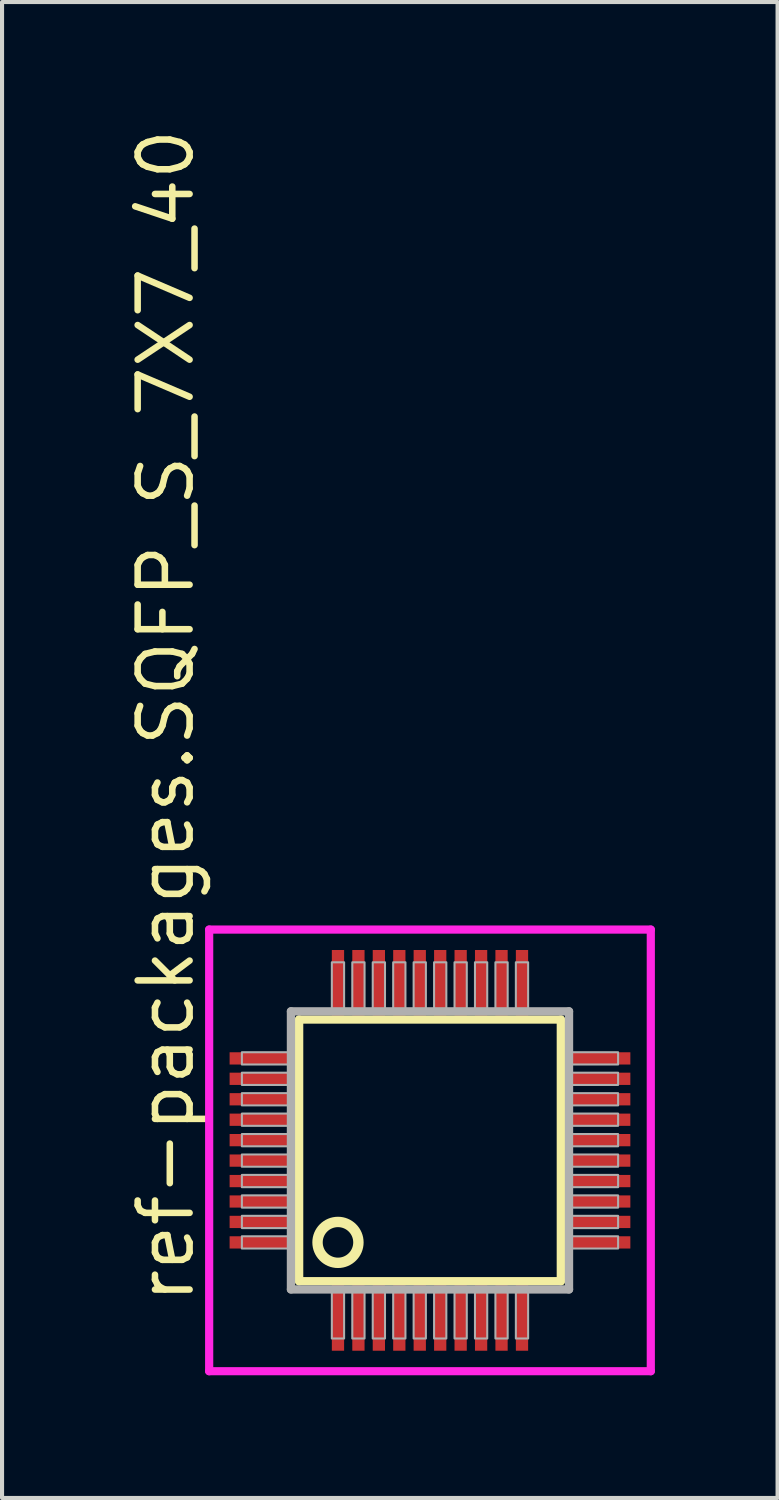
<source format=kicad_pcb>
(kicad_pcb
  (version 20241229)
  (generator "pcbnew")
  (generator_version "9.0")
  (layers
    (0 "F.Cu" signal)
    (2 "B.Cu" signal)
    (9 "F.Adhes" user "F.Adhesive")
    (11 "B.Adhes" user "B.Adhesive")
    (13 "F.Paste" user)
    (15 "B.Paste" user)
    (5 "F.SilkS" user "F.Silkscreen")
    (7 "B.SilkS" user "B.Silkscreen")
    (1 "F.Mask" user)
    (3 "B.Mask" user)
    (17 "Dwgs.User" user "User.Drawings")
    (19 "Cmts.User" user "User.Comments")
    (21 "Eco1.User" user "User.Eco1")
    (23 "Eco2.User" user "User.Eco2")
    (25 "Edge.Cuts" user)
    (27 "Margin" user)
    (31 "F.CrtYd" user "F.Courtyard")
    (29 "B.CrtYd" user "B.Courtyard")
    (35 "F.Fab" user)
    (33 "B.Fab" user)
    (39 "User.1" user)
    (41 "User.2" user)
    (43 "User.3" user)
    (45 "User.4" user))
  (footprint "ref-packages.SQFP_S_7X7_40"
    (layer "F.Cu")
    (at 7.465 25.082)
    (property "Reference" "ref-packages.SQFP_S_7X7_40" (at -5.715 3.81 90) (layer "F.SilkS") (effects (font (size 1.27 1.27) (thickness 0.16)) (justify left bottom)))
    (attr smd)
    (fp_line (start -3.2 -3.2) (end 3.2 -3.2) (stroke (width 0.203) (type default)) (layer "F.SilkS"))
    (fp_line (start -3.2 3.2) (end -3.2 -3.2) (stroke (width 0.203) (type default)) (layer "F.SilkS"))
    (fp_line (start 3.2 -3.2) (end 3.2 3.2) (stroke (width 0.203) (type default)) (layer "F.SilkS"))
    (fp_line (start 3.2 3.2) (end -3.2 3.2) (stroke (width 0.203) (type default)) (layer "F.SilkS"))
    (fp_circle (center -2.25 2.25) (end -1.75 2.25) (stroke (width 0.254) (type default)) (fill no) (layer "F.SilkS"))
    (fp_line (start -5.4 -5.4) (end 5.4 -5.4) (stroke (width 0.2) (type default)) (layer "F.CrtYd"))
    (fp_line (start -5.4 5.4) (end -5.4 -5.4) (stroke (width 0.2) (type default)) (layer "F.CrtYd"))
    (fp_line (start 5.4 -5.4) (end 5.4 5.4) (stroke (width 0.2) (type default)) (layer "F.CrtYd"))
    (fp_line (start 5.4 5.4) (end -5.4 5.4) (stroke (width 0.2) (type default)) (layer "F.CrtYd"))
    (fp_line (start -3.4 -3.4) (end -3.4 3.4) (stroke (width 0.203) (type default)) (layer "F.Fab"))
    (fp_line (start -3.4 3.4) (end 3.4 3.4) (stroke (width 0.203) (type default)) (layer "F.Fab"))
    (fp_line (start 3.4 -3.4) (end -3.4 -3.4) (stroke (width 0.203) (type default)) (layer "F.Fab"))
    (fp_line (start 3.4 3.4) (end 3.4 -3.4) (stroke (width 0.203) (type default)) (layer "F.Fab"))
    (fp_rect (start -4.6 -2.1) (end -3.45 -2.4) (stroke (width 0.05) (type default)) (fill no) (layer "F.Fab"))
    (fp_rect (start -4.6 -1.6) (end -3.45 -1.9) (stroke (width 0.05) (type default)) (fill no) (layer "F.Fab"))
    (fp_rect (start -4.6 -1.1) (end -3.45 -1.4) (stroke (width 0.05) (type default)) (fill no) (layer "F.Fab"))
    (fp_rect (start -4.6 -0.6) (end -3.45 -0.9) (stroke (width 0.05) (type default)) (fill no) (layer "F.Fab"))
    (fp_rect (start -4.6 -0.1) (end -3.45 -0.4) (stroke (width 0.05) (type default)) (fill no) (layer "F.Fab"))
    (fp_rect (start -4.6 0.4) (end -3.45 0.1) (stroke (width 0.05) (type default)) (fill no) (layer "F.Fab"))
    (fp_rect (start -4.6 0.9) (end -3.45 0.6) (stroke (width 0.05) (type default)) (fill no) (layer "F.Fab"))
    (fp_rect (start -4.6 1.4) (end -3.45 1.1) (stroke (width 0.05) (type default)) (fill no) (layer "F.Fab"))
    (fp_rect (start -4.6 1.9) (end -3.45 1.6) (stroke (width 0.05) (type default)) (fill no) (layer "F.Fab"))
    (fp_rect (start -4.6 2.4) (end -3.45 2.1) (stroke (width 0.05) (type default)) (fill no) (layer "F.Fab"))
    (fp_rect (start -2.4 -3.45) (end -2.1 -4.6) (stroke (width 0.05) (type default)) (fill no) (layer "F.Fab"))
    (fp_rect (start -2.4 4.6) (end -2.1 3.45) (stroke (width 0.05) (type default)) (fill no) (layer "F.Fab"))
    (fp_rect (start -1.9 -3.45) (end -1.6 -4.6) (stroke (width 0.05) (type default)) (fill no) (layer "F.Fab"))
    (fp_rect (start -1.9 4.6) (end -1.6 3.45) (stroke (width 0.05) (type default)) (fill no) (layer "F.Fab"))
    (fp_rect (start -1.4 -3.45) (end -1.1 -4.6) (stroke (width 0.05) (type default)) (fill no) (layer "F.Fab"))
    (fp_rect (start -1.4 4.6) (end -1.1 3.45) (stroke (width 0.05) (type default)) (fill no) (layer "F.Fab"))
    (fp_rect (start -0.9 -3.45) (end -0.6 -4.6) (stroke (width 0.05) (type default)) (fill no) (layer "F.Fab"))
    (fp_rect (start -0.9 4.6) (end -0.6 3.45) (stroke (width 0.05) (type default)) (fill no) (layer "F.Fab"))
    (fp_rect (start -0.4 -3.45) (end -0.1 -4.6) (stroke (width 0.05) (type default)) (fill no) (layer "F.Fab"))
    (fp_rect (start -0.4 4.6) (end -0.1 3.45) (stroke (width 0.05) (type default)) (fill no) (layer "F.Fab"))
    (fp_rect (start 0.1 -3.45) (end 0.4 -4.6) (stroke (width 0.05) (type default)) (fill no) (layer "F.Fab"))
    (fp_rect (start 0.1 4.6) (end 0.4 3.45) (stroke (width 0.05) (type default)) (fill no) (layer "F.Fab"))
    (fp_rect (start 0.6 -3.45) (end 0.9 -4.6) (stroke (width 0.05) (type default)) (fill no) (layer "F.Fab"))
    (fp_rect (start 0.6 4.6) (end 0.9 3.45) (stroke (width 0.05) (type default)) (fill no) (layer "F.Fab"))
    (fp_rect (start 1.1 -3.45) (end 1.4 -4.6) (stroke (width 0.05) (type default)) (fill no) (layer "F.Fab"))
    (fp_rect (start 1.1 4.6) (end 1.4 3.45) (stroke (width 0.05) (type default)) (fill no) (layer "F.Fab"))
    (fp_rect (start 1.6 -3.45) (end 1.9 -4.6) (stroke (width 0.05) (type default)) (fill no) (layer "F.Fab"))
    (fp_rect (start 1.6 4.6) (end 1.9 3.45) (stroke (width 0.05) (type default)) (fill no) (layer "F.Fab"))
    (fp_rect (start 2.1 -3.45) (end 2.4 -4.6) (stroke (width 0.05) (type default)) (fill no) (layer "F.Fab"))
    (fp_rect (start 2.1 4.6) (end 2.4 3.45) (stroke (width 0.05) (type default)) (fill no) (layer "F.Fab"))
    (fp_rect (start 3.45 -2.1) (end 4.6 -2.4) (stroke (width 0.05) (type default)) (fill no) (layer "F.Fab"))
    (fp_rect (start 3.45 -1.6) (end 4.6 -1.9) (stroke (width 0.05) (type default)) (fill no) (layer "F.Fab"))
    (fp_rect (start 3.45 -1.1) (end 4.6 -1.4) (stroke (width 0.05) (type default)) (fill no) (layer "F.Fab"))
    (fp_rect (start 3.45 -0.6) (end 4.6 -0.9) (stroke (width 0.05) (type default)) (fill no) (layer "F.Fab"))
    (fp_rect (start 3.45 -0.1) (end 4.6 -0.4) (stroke (width 0.05) (type default)) (fill no) (layer "F.Fab"))
    (fp_rect (start 3.45 0.4) (end 4.6 0.1) (stroke (width 0.05) (type default)) (fill no) (layer "F.Fab"))
    (fp_rect (start 3.45 0.9) (end 4.6 0.6) (stroke (width 0.05) (type default)) (fill no) (layer "F.Fab"))
    (fp_rect (start 3.45 1.4) (end 4.6 1.1) (stroke (width 0.05) (type default)) (fill no) (layer "F.Fab"))
    (fp_rect (start 3.45 1.9) (end 4.6 1.6) (stroke (width 0.05) (type default)) (fill no) (layer "F.Fab"))
    (fp_rect (start 3.45 2.4) (end 4.6 2.1) (stroke (width 0.05) (type default)) (fill no) (layer "F.Fab"))
    (pad "1" smd roundrect (at -2.25 4.1) (size 0.3 1.6) (layers "F.Cu" "F.Mask" "F.Paste") (roundrect_rratio 0.01))
    (pad "2" smd roundrect (at -1.75 4.1) (size 0.3 1.6) (layers "F.Cu" "F.Mask" "F.Paste") (roundrect_rratio 0.01))
    (pad "3" smd roundrect (at -1.25 4.1) (size 0.3 1.6) (layers "F.Cu" "F.Mask" "F.Paste") (roundrect_rratio 0.01))
    (pad "4" smd roundrect (at -0.75 4.1) (size 0.3 1.6) (layers "F.Cu" "F.Mask" "F.Paste") (roundrect_rratio 0.01))
    (pad "5" smd roundrect (at -0.25 4.1) (size 0.3 1.6) (layers "F.Cu" "F.Mask" "F.Paste") (roundrect_rratio 0.01))
    (pad "6" smd roundrect (at 0.25 4.1) (size 0.3 1.6) (layers "F.Cu" "F.Mask" "F.Paste") (roundrect_rratio 0.01))
    (pad "7" smd roundrect (at 0.75 4.1) (size 0.3 1.6) (layers "F.Cu" "F.Mask" "F.Paste") (roundrect_rratio 0.01))
    (pad "8" smd roundrect (at 1.25 4.1) (size 0.3 1.6) (layers "F.Cu" "F.Mask" "F.Paste") (roundrect_rratio 0.01))
    (pad "9" smd roundrect (at 1.75 4.1) (size 0.3 1.6) (layers "F.Cu" "F.Mask" "F.Paste") (roundrect_rratio 0.01))
    (pad "10" smd roundrect (at 2.25 4.1) (size 0.3 1.6) (layers "F.Cu" "F.Mask" "F.Paste") (roundrect_rratio 0.01))
    (pad "11" smd roundrect (at 4.1 2.25) (size 1.6 0.3) (layers "F.Cu" "F.Mask" "F.Paste") (roundrect_rratio 0.01))
    (pad "12" smd roundrect (at 4.1 1.75) (size 1.6 0.3) (layers "F.Cu" "F.Mask" "F.Paste") (roundrect_rratio 0.01))
    (pad "13" smd roundrect (at 4.1 1.25) (size 1.6 0.3) (layers "F.Cu" "F.Mask" "F.Paste") (roundrect_rratio 0.01))
    (pad "14" smd roundrect (at 4.1 0.75) (size 1.6 0.3) (layers "F.Cu" "F.Mask" "F.Paste") (roundrect_rratio 0.01))
    (pad "15" smd roundrect (at 4.1 0.25) (size 1.6 0.3) (layers "F.Cu" "F.Mask" "F.Paste") (roundrect_rratio 0.01))
    (pad "16" smd roundrect (at 4.1 -0.25) (size 1.6 0.3) (layers "F.Cu" "F.Mask" "F.Paste") (roundrect_rratio 0.01))
    (pad "17" smd roundrect (at 4.1 -0.75) (size 1.6 0.3) (layers "F.Cu" "F.Mask" "F.Paste") (roundrect_rratio 0.01))
    (pad "18" smd roundrect (at 4.1 -1.25) (size 1.6 0.3) (layers "F.Cu" "F.Mask" "F.Paste") (roundrect_rratio 0.01))
    (pad "19" smd roundrect (at 4.1 -1.75) (size 1.6 0.3) (layers "F.Cu" "F.Mask" "F.Paste") (roundrect_rratio 0.01))
    (pad "20" smd roundrect (at 4.1 -2.25) (size 1.6 0.3) (layers "F.Cu" "F.Mask" "F.Paste") (roundrect_rratio 0.01))
    (pad "21" smd roundrect (at 2.25 -4.1) (size 0.3 1.6) (layers "F.Cu" "F.Mask" "F.Paste") (roundrect_rratio 0.01))
    (pad "22" smd roundrect (at 1.75 -4.1) (size 0.3 1.6) (layers "F.Cu" "F.Mask" "F.Paste") (roundrect_rratio 0.01))
    (pad "23" smd roundrect (at 1.25 -4.1) (size 0.3 1.6) (layers "F.Cu" "F.Mask" "F.Paste") (roundrect_rratio 0.01))
    (pad "24" smd roundrect (at 0.75 -4.1) (size 0.3 1.6) (layers "F.Cu" "F.Mask" "F.Paste") (roundrect_rratio 0.01))
    (pad "25" smd roundrect (at 0.25 -4.1) (size 0.3 1.6) (layers "F.Cu" "F.Mask" "F.Paste") (roundrect_rratio 0.01))
    (pad "26" smd roundrect (at -0.25 -4.1) (size 0.3 1.6) (layers "F.Cu" "F.Mask" "F.Paste") (roundrect_rratio 0.01))
    (pad "27" smd roundrect (at -0.75 -4.1) (size 0.3 1.6) (layers "F.Cu" "F.Mask" "F.Paste") (roundrect_rratio 0.01))
    (pad "28" smd roundrect (at -1.25 -4.1) (size 0.3 1.6) (layers "F.Cu" "F.Mask" "F.Paste") (roundrect_rratio 0.01))
    (pad "29" smd roundrect (at -1.75 -4.1) (size 0.3 1.6) (layers "F.Cu" "F.Mask" "F.Paste") (roundrect_rratio 0.01))
    (pad "30" smd roundrect (at -2.25 -4.1) (size 0.3 1.6) (layers "F.Cu" "F.Mask" "F.Paste") (roundrect_rratio 0.01))
    (pad "31" smd roundrect (at -4.1 -2.25) (size 1.6 0.3) (layers "F.Cu" "F.Mask" "F.Paste") (roundrect_rratio 0.01))
    (pad "32" smd roundrect (at -4.1 -1.75) (size 1.6 0.3) (layers "F.Cu" "F.Mask" "F.Paste") (roundrect_rratio 0.01))
    (pad "33" smd roundrect (at -4.1 -1.25) (size 1.6 0.3) (layers "F.Cu" "F.Mask" "F.Paste") (roundrect_rratio 0.01))
    (pad "34" smd roundrect (at -4.1 -0.75) (size 1.6 0.3) (layers "F.Cu" "F.Mask" "F.Paste") (roundrect_rratio 0.01))
    (pad "35" smd roundrect (at -4.1 -0.25) (size 1.6 0.3) (layers "F.Cu" "F.Mask" "F.Paste") (roundrect_rratio 0.01))
    (pad "36" smd roundrect (at -4.1 0.25) (size 1.6 0.3) (layers "F.Cu" "F.Mask" "F.Paste") (roundrect_rratio 0.01))
    (pad "37" smd roundrect (at -4.1 0.75) (size 1.6 0.3) (layers "F.Cu" "F.Mask" "F.Paste") (roundrect_rratio 0.01))
    (pad "38" smd roundrect (at -4.1 1.25) (size 1.6 0.3) (layers "F.Cu" "F.Mask" "F.Paste") (roundrect_rratio 0.01))
    (pad "39" smd roundrect (at -4.1 1.75) (size 1.6 0.3) (layers "F.Cu" "F.Mask" "F.Paste") (roundrect_rratio 0.01))
    (pad "40" smd roundrect (at -4.1 2.25) (size 1.6 0.3) (layers "F.Cu" "F.Mask" "F.Paste") (roundrect_rratio 0.01)))
  (gr_rect
    (start -3 -3)
    (end 15.965 33.582)
    (stroke (width 0.1) (type default))
    (fill no)
    (layer "Edge.Cuts")))
</source>
